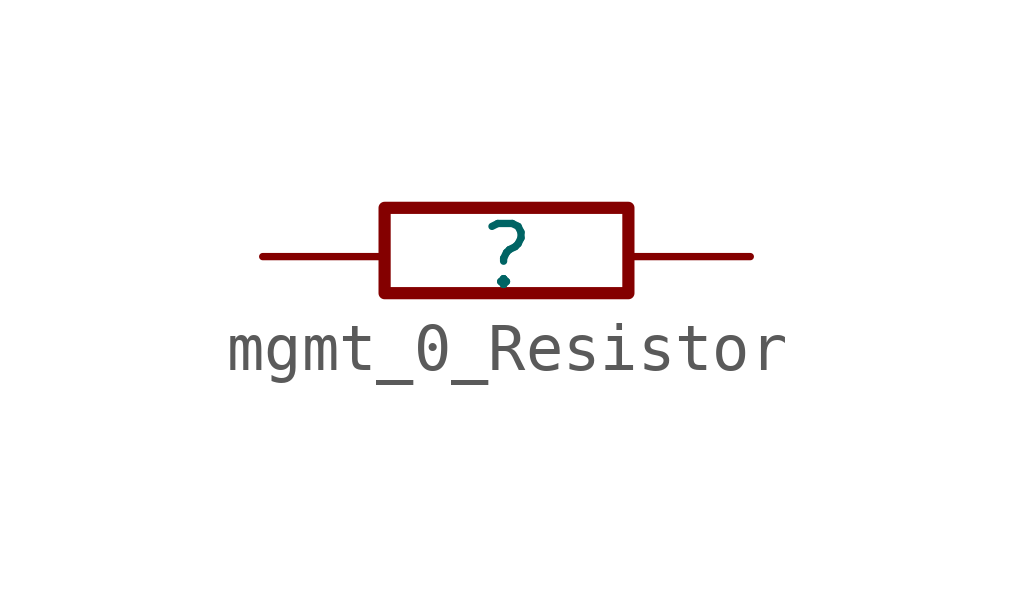
<source format=kicad_sym>
(kicad_symbol_lib
  (version 20231120)
  (generator "kicad_symbol_editor")
  (generator_version "7.99")
  (symbol "mgmt_0_Resistor"
    (property "Reference" ""
      (at 0 0 0)
      (effects (font (size 1.27 1.27))))
    (property "Value" ""
      (at 0 0 0)
      (effects (font (size 1.27 1.27))))
    (symbol "mgmt_0_Resistor_1_0"
      (polyline (pts (xy -2.54 -0.762) (xy -2.54 1.016) (xy 2.54 1.016) (xy 2.54 -0.762) (xy -2.54 -0.762)) (stroke (width 0.254) (type solid)) (fill (type none)))
      (pin passive line (at -5.08 0 0) (length 2.54) (name "1" (effects (font (size 0 0)))) (number "1" (effects (font (size 0 0)))))
      (pin passive line (at 5.08 0 180) (length 2.54) (name "2" (effects (font (size 0 0)))) (number "2" (effects (font (size 0 0))))))))
</source>
